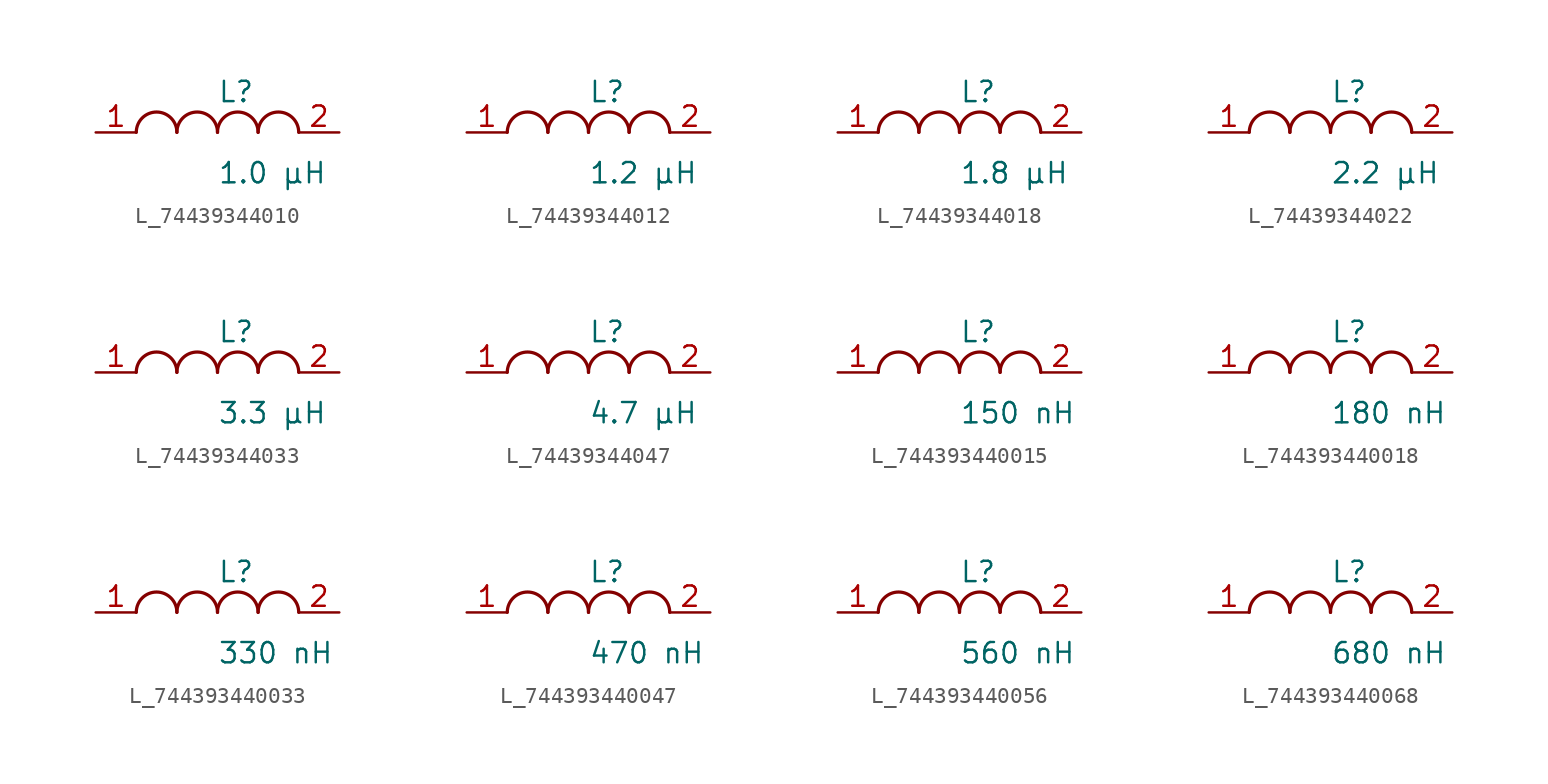
<source format=kicad_sym>
(kicad_symbol_lib
  (version 20231120)
  (generator kicad_symbol_editor)
  (generator_version 8.0)
  (symbol "L_74439344010"
    (pin_names
      (offset 0.254))
    (property "Reference" "L"
      (at 0 2.54 0)
      (effects (font (size 1.27 1.27)) (justify left)))
    (property "Value" "1.0 µH"
      (at 0 -2.54 0)
      (effects (font (size 1.27 1.27)) (justify left)))
    (symbol "L_74439344010_1_1"
      (arc (start -2.54 0.0056) (mid -3.81 1.27) (end -5.08 0.0056) (stroke (width 0.2032) (type default)) (fill (type none)))
      (arc (start 0 0.0056) (mid -1.27 1.27) (end -2.54 0.0056) (stroke (width 0.2032) (type default)) (fill (type none)))
      (arc (start 2.54 0.0056) (mid 1.27 1.27) (end 0 0.0056) (stroke (width 0.2032) (type default)) (fill (type none)))
      (arc (start 5.08 0.0056) (mid 3.81 1.27) (end 2.54 0.0056) (stroke (width 0.2032) (type default)) (fill (type none)))
      (pin passive line (at -7.62 0 0) (length 2.54) (name "" (effects (font (size 1.27 1.27)))) (number "1" (effects (font (size 1.27 1.27)))))
      (pin passive line (at 7.62 0 180) (length 2.54) (name "" (effects (font (size 1.27 1.27)))) (number "2" (effects (font (size 1.27 1.27)))))))
  (symbol "L_74439344012"
    (pin_names
      (offset 0.254))
    (property "Reference" "L"
      (at 0 2.54 0)
      (effects (font (size 1.27 1.27)) (justify left)))
    (property "Value" "1.2 µH"
      (at 0 -2.54 0)
      (effects (font (size 1.27 1.27)) (justify left)))
    (symbol "L_74439344012_1_1"
      (arc (start -2.54 0.0056) (mid -3.81 1.27) (end -5.08 0.0056) (stroke (width 0.2032) (type default)) (fill (type none)))
      (arc (start 0 0.0056) (mid -1.27 1.27) (end -2.54 0.0056) (stroke (width 0.2032) (type default)) (fill (type none)))
      (arc (start 2.54 0.0056) (mid 1.27 1.27) (end 0 0.0056) (stroke (width 0.2032) (type default)) (fill (type none)))
      (arc (start 5.08 0.0056) (mid 3.81 1.27) (end 2.54 0.0056) (stroke (width 0.2032) (type default)) (fill (type none)))
      (pin passive line (at -7.62 0 0) (length 2.54) (name "" (effects (font (size 1.27 1.27)))) (number "1" (effects (font (size 1.27 1.27)))))
      (pin passive line (at 7.62 0 180) (length 2.54) (name "" (effects (font (size 1.27 1.27)))) (number "2" (effects (font (size 1.27 1.27)))))))
  (symbol "L_74439344018"
    (pin_names
      (offset 0.254))
    (property "Reference" "L"
      (at 0 2.54 0)
      (effects (font (size 1.27 1.27)) (justify left)))
    (property "Value" "1.8 µH"
      (at 0 -2.54 0)
      (effects (font (size 1.27 1.27)) (justify left)))
    (symbol "L_74439344018_1_1"
      (arc (start -2.54 0.0056) (mid -3.81 1.27) (end -5.08 0.0056) (stroke (width 0.2032) (type default)) (fill (type none)))
      (arc (start 0 0.0056) (mid -1.27 1.27) (end -2.54 0.0056) (stroke (width 0.2032) (type default)) (fill (type none)))
      (arc (start 2.54 0.0056) (mid 1.27 1.27) (end 0 0.0056) (stroke (width 0.2032) (type default)) (fill (type none)))
      (arc (start 5.08 0.0056) (mid 3.81 1.27) (end 2.54 0.0056) (stroke (width 0.2032) (type default)) (fill (type none)))
      (pin passive line (at -7.62 0 0) (length 2.54) (name "" (effects (font (size 1.27 1.27)))) (number "1" (effects (font (size 1.27 1.27)))))
      (pin passive line (at 7.62 0 180) (length 2.54) (name "" (effects (font (size 1.27 1.27)))) (number "2" (effects (font (size 1.27 1.27)))))))
  (symbol "L_74439344022"
    (pin_names
      (offset 0.254))
    (property "Reference" "L"
      (at 0 2.54 0)
      (effects (font (size 1.27 1.27)) (justify left)))
    (property "Value" "2.2 µH"
      (at 0 -2.54 0)
      (effects (font (size 1.27 1.27)) (justify left)))
    (symbol "L_74439344022_1_1"
      (arc (start -2.54 0.0056) (mid -3.81 1.27) (end -5.08 0.0056) (stroke (width 0.2032) (type default)) (fill (type none)))
      (arc (start 0 0.0056) (mid -1.27 1.27) (end -2.54 0.0056) (stroke (width 0.2032) (type default)) (fill (type none)))
      (arc (start 2.54 0.0056) (mid 1.27 1.27) (end 0 0.0056) (stroke (width 0.2032) (type default)) (fill (type none)))
      (arc (start 5.08 0.0056) (mid 3.81 1.27) (end 2.54 0.0056) (stroke (width 0.2032) (type default)) (fill (type none)))
      (pin passive line (at -7.62 0 0) (length 2.54) (name "" (effects (font (size 1.27 1.27)))) (number "1" (effects (font (size 1.27 1.27)))))
      (pin passive line (at 7.62 0 180) (length 2.54) (name "" (effects (font (size 1.27 1.27)))) (number "2" (effects (font (size 1.27 1.27)))))))
  (symbol "L_74439344033"
    (pin_names
      (offset 0.254))
    (property "Reference" "L"
      (at 0 2.54 0)
      (effects (font (size 1.27 1.27)) (justify left)))
    (property "Value" "3.3 µH"
      (at 0 -2.54 0)
      (effects (font (size 1.27 1.27)) (justify left)))
    (symbol "L_74439344033_1_1"
      (arc (start -2.54 0.0056) (mid -3.81 1.27) (end -5.08 0.0056) (stroke (width 0.2032) (type default)) (fill (type none)))
      (arc (start 0 0.0056) (mid -1.27 1.27) (end -2.54 0.0056) (stroke (width 0.2032) (type default)) (fill (type none)))
      (arc (start 2.54 0.0056) (mid 1.27 1.27) (end 0 0.0056) (stroke (width 0.2032) (type default)) (fill (type none)))
      (arc (start 5.08 0.0056) (mid 3.81 1.27) (end 2.54 0.0056) (stroke (width 0.2032) (type default)) (fill (type none)))
      (pin passive line (at -7.62 0 0) (length 2.54) (name "" (effects (font (size 1.27 1.27)))) (number "1" (effects (font (size 1.27 1.27)))))
      (pin passive line (at 7.62 0 180) (length 2.54) (name "" (effects (font (size 1.27 1.27)))) (number "2" (effects (font (size 1.27 1.27)))))))
  (symbol "L_74439344047"
    (pin_names
      (offset 0.254))
    (property "Reference" "L"
      (at 0 2.54 0)
      (effects (font (size 1.27 1.27)) (justify left)))
    (property "Value" "4.7 µH"
      (at 0 -2.54 0)
      (effects (font (size 1.27 1.27)) (justify left)))
    (symbol "L_74439344047_1_1"
      (arc (start -2.54 0.0056) (mid -3.81 1.27) (end -5.08 0.0056) (stroke (width 0.2032) (type default)) (fill (type none)))
      (arc (start 0 0.0056) (mid -1.27 1.27) (end -2.54 0.0056) (stroke (width 0.2032) (type default)) (fill (type none)))
      (arc (start 2.54 0.0056) (mid 1.27 1.27) (end 0 0.0056) (stroke (width 0.2032) (type default)) (fill (type none)))
      (arc (start 5.08 0.0056) (mid 3.81 1.27) (end 2.54 0.0056) (stroke (width 0.2032) (type default)) (fill (type none)))
      (pin passive line (at -7.62 0 0) (length 2.54) (name "" (effects (font (size 1.27 1.27)))) (number "1" (effects (font (size 1.27 1.27)))))
      (pin passive line (at 7.62 0 180) (length 2.54) (name "" (effects (font (size 1.27 1.27)))) (number "2" (effects (font (size 1.27 1.27)))))))
  (symbol "L_744393440015"
    (pin_names
      (offset 0.254))
    (property "Reference" "L"
      (at 0 2.54 0)
      (effects (font (size 1.27 1.27)) (justify left)))
    (property "Value" "150 nH"
      (at 0 -2.54 0)
      (effects (font (size 1.27 1.27)) (justify left)))
    (symbol "L_744393440015_1_1"
      (arc (start -2.54 0.0056) (mid -3.81 1.27) (end -5.08 0.0056) (stroke (width 0.2032) (type default)) (fill (type none)))
      (arc (start 0 0.0056) (mid -1.27 1.27) (end -2.54 0.0056) (stroke (width 0.2032) (type default)) (fill (type none)))
      (arc (start 2.54 0.0056) (mid 1.27 1.27) (end 0 0.0056) (stroke (width 0.2032) (type default)) (fill (type none)))
      (arc (start 5.08 0.0056) (mid 3.81 1.27) (end 2.54 0.0056) (stroke (width 0.2032) (type default)) (fill (type none)))
      (pin passive line (at -7.62 0 0) (length 2.54) (name "" (effects (font (size 1.27 1.27)))) (number "1" (effects (font (size 1.27 1.27)))))
      (pin passive line (at 7.62 0 180) (length 2.54) (name "" (effects (font (size 1.27 1.27)))) (number "2" (effects (font (size 1.27 1.27)))))))
  (symbol "L_744393440018"
    (pin_names
      (offset 0.254))
    (property "Reference" "L"
      (at 0 2.54 0)
      (effects (font (size 1.27 1.27)) (justify left)))
    (property "Value" "180 nH"
      (at 0 -2.54 0)
      (effects (font (size 1.27 1.27)) (justify left)))
    (symbol "L_744393440018_1_1"
      (arc (start -2.54 0.0056) (mid -3.81 1.27) (end -5.08 0.0056) (stroke (width 0.2032) (type default)) (fill (type none)))
      (arc (start 0 0.0056) (mid -1.27 1.27) (end -2.54 0.0056) (stroke (width 0.2032) (type default)) (fill (type none)))
      (arc (start 2.54 0.0056) (mid 1.27 1.27) (end 0 0.0056) (stroke (width 0.2032) (type default)) (fill (type none)))
      (arc (start 5.08 0.0056) (mid 3.81 1.27) (end 2.54 0.0056) (stroke (width 0.2032) (type default)) (fill (type none)))
      (pin passive line (at -7.62 0 0) (length 2.54) (name "" (effects (font (size 1.27 1.27)))) (number "1" (effects (font (size 1.27 1.27)))))
      (pin passive line (at 7.62 0 180) (length 2.54) (name "" (effects (font (size 1.27 1.27)))) (number "2" (effects (font (size 1.27 1.27)))))))
  (symbol "L_744393440033"
    (pin_names
      (offset 0.254))
    (property "Reference" "L"
      (at 0 2.54 0)
      (effects (font (size 1.27 1.27)) (justify left)))
    (property "Value" "330 nH"
      (at 0 -2.54 0)
      (effects (font (size 1.27 1.27)) (justify left)))
    (symbol "L_744393440033_1_1"
      (arc (start -2.54 0.0056) (mid -3.81 1.27) (end -5.08 0.0056) (stroke (width 0.2032) (type default)) (fill (type none)))
      (arc (start 0 0.0056) (mid -1.27 1.27) (end -2.54 0.0056) (stroke (width 0.2032) (type default)) (fill (type none)))
      (arc (start 2.54 0.0056) (mid 1.27 1.27) (end 0 0.0056) (stroke (width 0.2032) (type default)) (fill (type none)))
      (arc (start 5.08 0.0056) (mid 3.81 1.27) (end 2.54 0.0056) (stroke (width 0.2032) (type default)) (fill (type none)))
      (pin passive line (at -7.62 0 0) (length 2.54) (name "" (effects (font (size 1.27 1.27)))) (number "1" (effects (font (size 1.27 1.27)))))
      (pin passive line (at 7.62 0 180) (length 2.54) (name "" (effects (font (size 1.27 1.27)))) (number "2" (effects (font (size 1.27 1.27)))))))
  (symbol "L_744393440047"
    (pin_names
      (offset 0.254))
    (property "Reference" "L"
      (at 0 2.54 0)
      (effects (font (size 1.27 1.27)) (justify left)))
    (property "Value" "470 nH"
      (at 0 -2.54 0)
      (effects (font (size 1.27 1.27)) (justify left)))
    (symbol "L_744393440047_1_1"
      (arc (start -2.54 0.0056) (mid -3.81 1.27) (end -5.08 0.0056) (stroke (width 0.2032) (type default)) (fill (type none)))
      (arc (start 0 0.0056) (mid -1.27 1.27) (end -2.54 0.0056) (stroke (width 0.2032) (type default)) (fill (type none)))
      (arc (start 2.54 0.0056) (mid 1.27 1.27) (end 0 0.0056) (stroke (width 0.2032) (type default)) (fill (type none)))
      (arc (start 5.08 0.0056) (mid 3.81 1.27) (end 2.54 0.0056) (stroke (width 0.2032) (type default)) (fill (type none)))
      (pin passive line (at -7.62 0 0) (length 2.54) (name "" (effects (font (size 1.27 1.27)))) (number "1" (effects (font (size 1.27 1.27)))))
      (pin passive line (at 7.62 0 180) (length 2.54) (name "" (effects (font (size 1.27 1.27)))) (number "2" (effects (font (size 1.27 1.27)))))))
  (symbol "L_744393440056"
    (pin_names
      (offset 0.254))
    (property "Reference" "L"
      (at 0 2.54 0)
      (effects (font (size 1.27 1.27)) (justify left)))
    (property "Value" "560 nH"
      (at 0 -2.54 0)
      (effects (font (size 1.27 1.27)) (justify left)))
    (symbol "L_744393440056_1_1"
      (arc (start -2.54 0.0056) (mid -3.81 1.27) (end -5.08 0.0056) (stroke (width 0.2032) (type default)) (fill (type none)))
      (arc (start 0 0.0056) (mid -1.27 1.27) (end -2.54 0.0056) (stroke (width 0.2032) (type default)) (fill (type none)))
      (arc (start 2.54 0.0056) (mid 1.27 1.27) (end 0 0.0056) (stroke (width 0.2032) (type default)) (fill (type none)))
      (arc (start 5.08 0.0056) (mid 3.81 1.27) (end 2.54 0.0056) (stroke (width 0.2032) (type default)) (fill (type none)))
      (pin passive line (at -7.62 0 0) (length 2.54) (name "" (effects (font (size 1.27 1.27)))) (number "1" (effects (font (size 1.27 1.27)))))
      (pin passive line (at 7.62 0 180) (length 2.54) (name "" (effects (font (size 1.27 1.27)))) (number "2" (effects (font (size 1.27 1.27)))))))
  (symbol "L_744393440068"
    (pin_names
      (offset 0.254))
    (property "Reference" "L"
      (at 0 2.54 0)
      (effects (font (size 1.27 1.27)) (justify left)))
    (property "Value" "680 nH"
      (at 0 -2.54 0)
      (effects (font (size 1.27 1.27)) (justify left)))
    (symbol "L_744393440068_1_1"
      (arc (start -2.54 0.0056) (mid -3.81 1.27) (end -5.08 0.0056) (stroke (width 0.2032) (type default)) (fill (type none)))
      (arc (start 0 0.0056) (mid -1.27 1.27) (end -2.54 0.0056) (stroke (width 0.2032) (type default)) (fill (type none)))
      (arc (start 2.54 0.0056) (mid 1.27 1.27) (end 0 0.0056) (stroke (width 0.2032) (type default)) (fill (type none)))
      (arc (start 5.08 0.0056) (mid 3.81 1.27) (end 2.54 0.0056) (stroke (width 0.2032) (type default)) (fill (type none)))
      (pin passive line (at -7.62 0 0) (length 2.54) (name "" (effects (font (size 1.27 1.27)))) (number "1" (effects (font (size 1.27 1.27)))))
      (pin passive line (at 7.62 0 180) (length 2.54) (name "" (effects (font (size 1.27 1.27)))) (number "2" (effects (font (size 1.27 1.27))))))))
</source>
